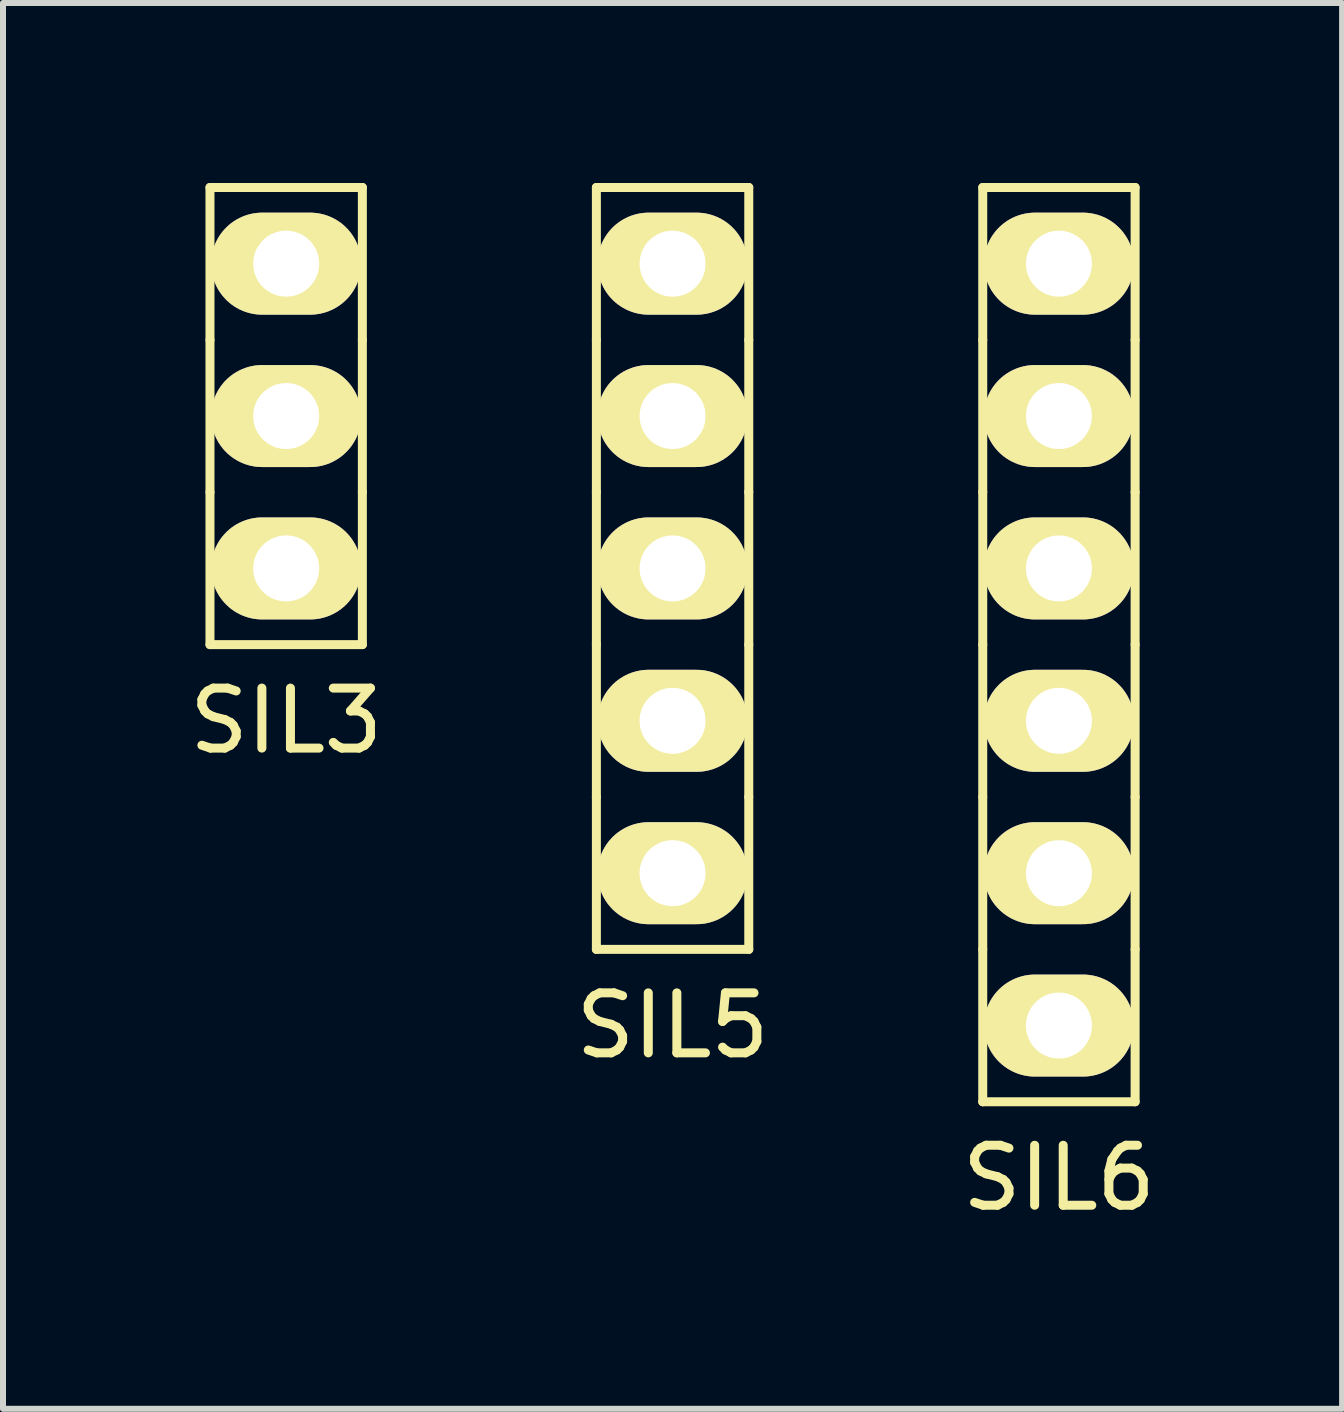
<source format=kicad_pcb>
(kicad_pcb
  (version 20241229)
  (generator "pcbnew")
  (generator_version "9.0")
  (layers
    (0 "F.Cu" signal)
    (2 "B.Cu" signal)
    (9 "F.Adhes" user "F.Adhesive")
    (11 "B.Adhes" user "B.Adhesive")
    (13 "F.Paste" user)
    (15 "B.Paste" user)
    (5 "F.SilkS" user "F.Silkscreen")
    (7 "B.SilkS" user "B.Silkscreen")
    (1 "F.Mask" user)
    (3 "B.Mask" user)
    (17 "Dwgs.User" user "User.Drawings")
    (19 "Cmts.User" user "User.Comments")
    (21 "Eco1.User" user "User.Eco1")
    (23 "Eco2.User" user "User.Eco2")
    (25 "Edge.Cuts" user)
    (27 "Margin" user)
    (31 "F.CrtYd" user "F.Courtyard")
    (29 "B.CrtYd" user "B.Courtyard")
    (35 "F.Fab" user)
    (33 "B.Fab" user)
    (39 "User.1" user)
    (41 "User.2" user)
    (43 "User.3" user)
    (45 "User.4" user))
  (footprint "SIL3"
    (layer "F.Cu")
    (at 1.72 3.885)
    (property "Reference" "SIL3" (at 0 5.08 0) (layer "F.SilkS") (effects (font (size 1 1) (thickness 0.15))))
    (attr through_hole)
    (fp_line (start -1.27 -3.81) (end 1.27 -3.81) (stroke (width 0.15) (type solid)) (layer "F.SilkS"))
    (fp_line (start -1.27 -1.27) (end -1.27 -3.81) (stroke (width 0.15) (type solid)) (layer "F.SilkS"))
    (fp_line (start -1.27 1.27) (end -1.27 -1.27) (stroke (width 0.15) (type solid)) (layer "F.SilkS"))
    (fp_line (start -1.27 3.81) (end -1.27 1.27) (stroke (width 0.15) (type solid)) (layer "F.SilkS"))
    (fp_line (start 1.27 -3.81) (end 1.27 -1.27) (stroke (width 0.15) (type solid)) (layer "F.SilkS"))
    (fp_line (start 1.27 -1.27) (end 1.27 1.27) (stroke (width 0.15) (type solid)) (layer "F.SilkS"))
    (fp_line (start 1.27 1.27) (end 1.27 3.81) (stroke (width 0.15) (type solid)) (layer "F.SilkS"))
    (fp_line (start 1.27 3.81) (end -1.27 3.81) (stroke (width 0.15) (type solid)) (layer "F.SilkS"))
    (pad "1" thru_hole oval (at 0 2.54) (size 2.5 1.7) (drill 1.1) (layers "*.Cu" "*.Mask" "F.SilkS"))
    (pad "2" thru_hole oval (at 0 0) (size 2.5 1.7) (drill 1.1) (layers "*.Cu" "*.Mask" "F.SilkS"))
    (pad "3" thru_hole oval (at 0 -2.54) (size 2.5 1.7) (drill 1.1) (layers "*.Cu" "*.Mask" "F.SilkS")))
  (footprint "SIL6"
    (layer "F.Cu")
    (at 14.601 7.695)
    (property "Reference" "SIL6" (at 0 8.89 0) (layer "F.SilkS") (effects (font (size 1 1) (thickness 0.15))))
    (attr through_hole)
    (fp_line (start -1.27 -7.62) (end 1.27 -7.62) (stroke (width 0.15) (type solid)) (layer "F.SilkS"))
    (fp_line (start -1.27 -5.08) (end -1.27 -7.62) (stroke (width 0.15) (type solid)) (layer "F.SilkS"))
    (fp_line (start -1.27 -2.54) (end -1.27 -5.08) (stroke (width 0.15) (type solid)) (layer "F.SilkS"))
    (fp_line (start -1.27 0) (end -1.27 -2.54) (stroke (width 0.15) (type solid)) (layer "F.SilkS"))
    (fp_line (start -1.27 2.54) (end -1.27 0) (stroke (width 0.15) (type solid)) (layer "F.SilkS"))
    (fp_line (start -1.27 5.08) (end -1.27 2.54) (stroke (width 0.15) (type solid)) (layer "F.SilkS"))
    (fp_line (start -1.27 7.62) (end -1.27 5.08) (stroke (width 0.15) (type solid)) (layer "F.SilkS"))
    (fp_line (start 1.27 -7.62) (end 1.27 -5.08) (stroke (width 0.15) (type solid)) (layer "F.SilkS"))
    (fp_line (start 1.27 -5.08) (end 1.27 -2.54) (stroke (width 0.15) (type solid)) (layer "F.SilkS"))
    (fp_line (start 1.27 -2.54) (end 1.27 0) (stroke (width 0.15) (type solid)) (layer "F.SilkS"))
    (fp_line (start 1.27 0) (end 1.27 2.54) (stroke (width 0.15) (type solid)) (layer "F.SilkS"))
    (fp_line (start 1.27 2.54) (end 1.27 5.08) (stroke (width 0.15) (type solid)) (layer "F.SilkS"))
    (fp_line (start 1.27 5.08) (end 1.27 7.62) (stroke (width 0.15) (type solid)) (layer "F.SilkS"))
    (fp_line (start 1.27 7.62) (end -1.27 7.62) (stroke (width 0.15) (type solid)) (layer "F.SilkS"))
    (pad "1" thru_hole oval (at 0 6.35) (size 2.5 1.7) (drill 1.1) (layers "*.Cu" "*.Mask" "F.SilkS"))
    (pad "2" thru_hole oval (at 0 3.81) (size 2.5 1.7) (drill 1.1) (layers "*.Cu" "*.Mask" "F.SilkS"))
    (pad "3" thru_hole oval (at 0 1.27) (size 2.5 1.7) (drill 1.1) (layers "*.Cu" "*.Mask" "F.SilkS"))
    (pad "4" thru_hole oval (at 0 -1.27) (size 2.5 1.7) (drill 1.1) (layers "*.Cu" "*.Mask" "F.SilkS"))
    (pad "5" thru_hole oval (at 0 -3.81) (size 2.5 1.7) (drill 1.1) (layers "*.Cu" "*.Mask" "F.SilkS"))
    (pad "6" thru_hole oval (at 0 -6.35) (size 2.5 1.7) (drill 1.1) (layers "*.Cu" "*.Mask" "F.SilkS")))
  (footprint "SIL5"
    (layer "F.Cu")
    (at 8.161 6.425)
    (property "Reference" "SIL5" (at 0 7.62 0) (layer "F.SilkS") (effects (font (size 1 1) (thickness 0.15))))
    (attr through_hole)
    (fp_line (start -1.27 -6.35) (end 1.27 -6.35) (stroke (width 0.15) (type solid)) (layer "F.SilkS"))
    (fp_line (start -1.27 -3.81) (end -1.27 -6.35) (stroke (width 0.15) (type solid)) (layer "F.SilkS"))
    (fp_line (start -1.27 -1.27) (end -1.27 -3.81) (stroke (width 0.15) (type solid)) (layer "F.SilkS"))
    (fp_line (start -1.27 1.27) (end -1.27 -1.27) (stroke (width 0.15) (type solid)) (layer "F.SilkS"))
    (fp_line (start -1.27 3.81) (end -1.27 1.27) (stroke (width 0.15) (type solid)) (layer "F.SilkS"))
    (fp_line (start -1.27 6.35) (end -1.27 3.81) (stroke (width 0.15) (type solid)) (layer "F.SilkS"))
    (fp_line (start 1.27 -6.35) (end 1.27 -3.81) (stroke (width 0.15) (type solid)) (layer "F.SilkS"))
    (fp_line (start 1.27 -3.81) (end 1.27 -1.27) (stroke (width 0.15) (type solid)) (layer "F.SilkS"))
    (fp_line (start 1.27 -1.27) (end 1.27 1.27) (stroke (width 0.15) (type solid)) (layer "F.SilkS"))
    (fp_line (start 1.27 1.27) (end 1.27 3.81) (stroke (width 0.15) (type solid)) (layer "F.SilkS"))
    (fp_line (start 1.27 3.81) (end 1.27 6.35) (stroke (width 0.15) (type solid)) (layer "F.SilkS"))
    (fp_line (start 1.27 6.35) (end -1.27 6.35) (stroke (width 0.15) (type solid)) (layer "F.SilkS"))
    (pad "1" thru_hole oval (at 0 5.08) (size 2.5 1.7) (drill 1.1) (layers "*.Cu" "*.Mask" "F.SilkS"))
    (pad "2" thru_hole oval (at 0 2.54) (size 2.5 1.7) (drill 1.1) (layers "*.Cu" "*.Mask" "F.SilkS"))
    (pad "3" thru_hole oval (at 0 0) (size 2.5 1.7) (drill 1.1) (layers "*.Cu" "*.Mask" "F.SilkS"))
    (pad "4" thru_hole oval (at 0 -2.54) (size 2.5 1.7) (drill 1.1) (layers "*.Cu" "*.Mask" "F.SilkS"))
    (pad "5" thru_hole oval (at 0 -5.08) (size 2.5 1.7) (drill 1.1) (layers "*.Cu" "*.Mask" "F.SilkS")))
  (gr_rect
    (start -3 -3)
    (end 19.321 20.433)
    (stroke (width 0.1) (type default))
    (fill no)
    (layer "Edge.Cuts")))
</source>
